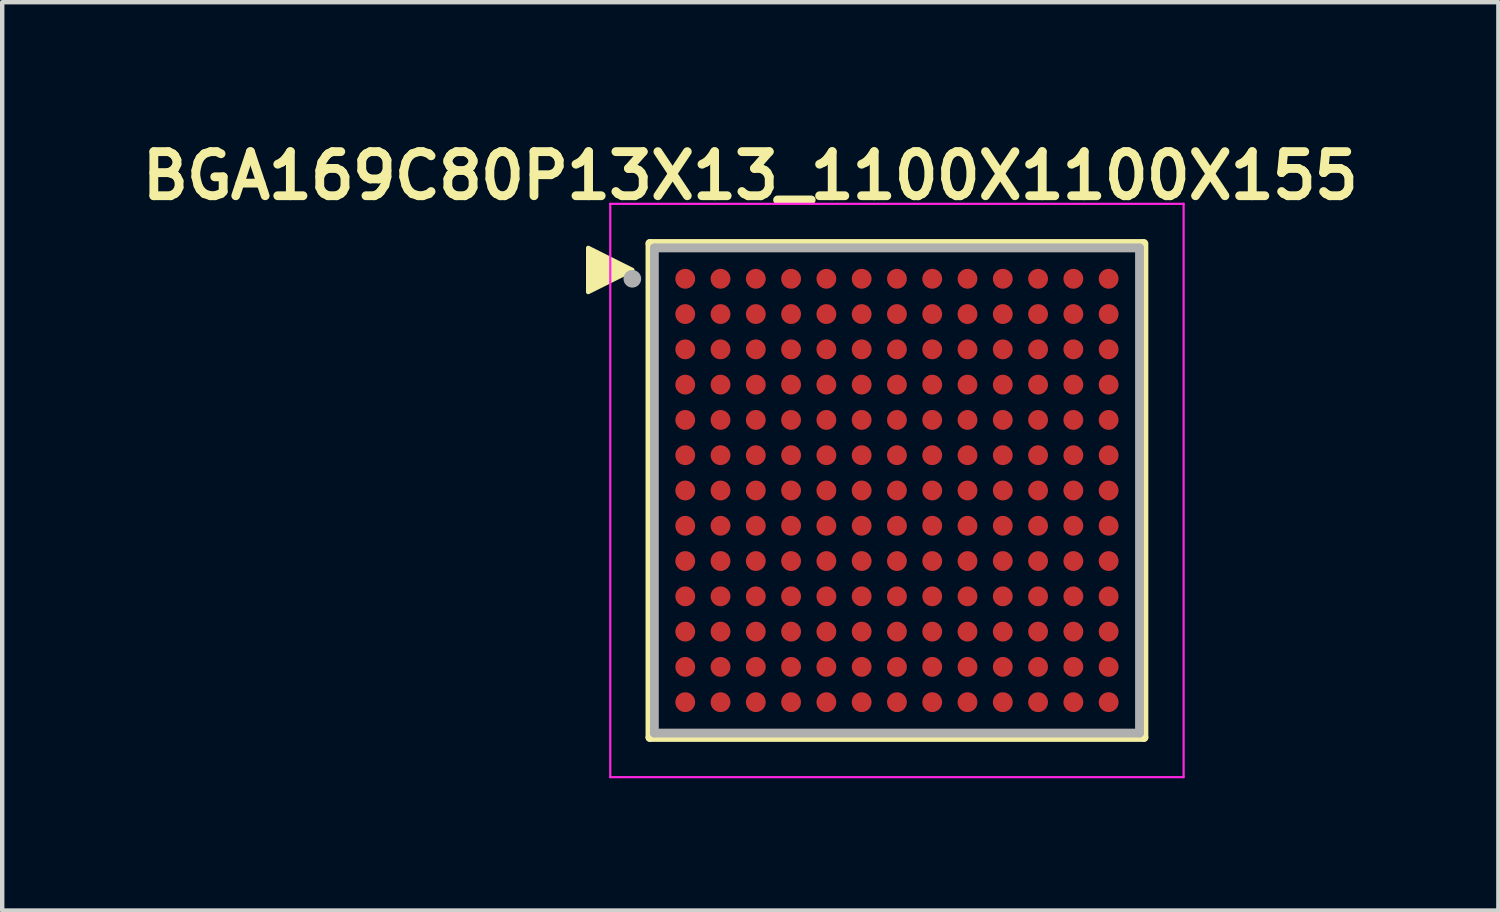
<source format=kicad_pcb>
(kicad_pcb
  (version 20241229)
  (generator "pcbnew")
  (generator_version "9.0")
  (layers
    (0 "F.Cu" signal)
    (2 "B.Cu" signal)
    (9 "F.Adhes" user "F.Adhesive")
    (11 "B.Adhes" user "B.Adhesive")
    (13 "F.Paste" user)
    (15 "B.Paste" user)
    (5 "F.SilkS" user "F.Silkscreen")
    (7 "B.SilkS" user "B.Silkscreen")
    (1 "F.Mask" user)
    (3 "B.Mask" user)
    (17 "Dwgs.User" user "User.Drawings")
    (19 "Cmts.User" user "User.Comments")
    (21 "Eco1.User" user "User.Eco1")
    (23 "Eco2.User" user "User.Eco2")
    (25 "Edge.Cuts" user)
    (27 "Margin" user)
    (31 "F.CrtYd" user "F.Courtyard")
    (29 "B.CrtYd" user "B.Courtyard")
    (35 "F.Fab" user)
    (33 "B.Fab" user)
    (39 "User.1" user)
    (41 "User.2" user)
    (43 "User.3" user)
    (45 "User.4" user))
  (footprint "BGA169C80P13X13_1100X1100X155"
    (layer "F.Cu")
    (at 17.287 8.071)
    (property "Reference" "BGA169C80P13X13_1100X1100X155" (at -3.325 -7.135 0) (layer "F.SilkS") (effects (font (size 1 1) (thickness 0.2))))
    (attr through_hole)
    (fp_line (start -5.6 -5.6) (end -5.6 5.6) (stroke (width 0.2) (type solid)) (layer "F.SilkS"))
    (fp_line (start -5.6 -5.6) (end 5.575 -5.6) (stroke (width 0.2) (type solid)) (layer "F.SilkS"))
    (fp_line (start 5.6 5.6) (end -5.6 5.6) (stroke (width 0.2) (type solid)) (layer "F.SilkS"))
    (fp_line (start 5.6 5.6) (end 5.6 -5.6) (stroke (width 0.2) (type solid)) (layer "F.SilkS"))
    (fp_poly (pts (xy -6 -5) (xy -7 -4.5) (xy -7 -5.5)) (stroke (width 0.1) (type solid)) (fill yes) (layer "F.SilkS"))
    (fp_line (start -6.5 -6.5) (end 6.5 -6.5) (stroke (width 0.05) (type solid)) (layer "F.CrtYd"))
    (fp_line (start -6.5 6.5) (end -6.5 -6.5) (stroke (width 0.05) (type solid)) (layer "F.CrtYd"))
    (fp_line (start -6.5 6.5) (end 6.5 6.5) (stroke (width 0.05) (type solid)) (layer "F.CrtYd"))
    (fp_line (start 6.5 6.5) (end 6.5 -6.5) (stroke (width 0.05) (type solid)) (layer "F.CrtYd"))
    (fp_line (start -5.5 5.5) (end -5.5 -5.5) (stroke (width 0.2) (type solid)) (layer "F.Fab"))
    (fp_line (start 5.5 -5.5) (end -5.5 -5.5) (stroke (width 0.2) (type solid)) (layer "F.Fab"))
    (fp_line (start 5.5 5.5) (end -5.5 5.5) (stroke (width 0.2) (type solid)) (layer "F.Fab"))
    (fp_line (start 5.5 5.5) (end 5.5 -5.5) (stroke (width 0.2) (type solid)) (layer "F.Fab"))
    (fp_circle (center -6 -4.8) (end -5.9 -4.8) (stroke (width 0.2) (type solid)) (fill no) (layer "F.Fab"))
    (pad "A1" smd circle (at -4.8 -4.8) (size 0.45 0.45) (layers "F.Cu" "F.Mask" "F.Paste"))
    (pad "A2" smd circle (at -4 -4.8) (size 0.45 0.45) (layers "F.Cu" "F.Mask" "F.Paste"))
    (pad "A3" smd circle (at -3.2 -4.8) (size 0.45 0.45) (layers "F.Cu" "F.Mask" "F.Paste"))
    (pad "A4" smd circle (at -2.4 -4.8) (size 0.45 0.45) (layers "F.Cu" "F.Mask" "F.Paste"))
    (pad "A5" smd circle (at -1.6 -4.8) (size 0.45 0.45) (layers "F.Cu" "F.Mask" "F.Paste"))
    (pad "A6" smd circle (at -0.8 -4.8) (size 0.45 0.45) (layers "F.Cu" "F.Mask" "F.Paste"))
    (pad "A7" smd circle (at 0 -4.8) (size 0.45 0.45) (layers "F.Cu" "F.Mask" "F.Paste"))
    (pad "A8" smd circle (at 0.8 -4.8) (size 0.45 0.45) (layers "F.Cu" "F.Mask" "F.Paste"))
    (pad "A9" smd circle (at 1.6 -4.8) (size 0.45 0.45) (layers "F.Cu" "F.Mask" "F.Paste"))
    (pad "A10" smd circle (at 2.4 -4.8) (size 0.45 0.45) (layers "F.Cu" "F.Mask" "F.Paste"))
    (pad "A11" smd circle (at 3.2 -4.8) (size 0.45 0.45) (layers "F.Cu" "F.Mask" "F.Paste"))
    (pad "A12" smd circle (at 4 -4.8) (size 0.45 0.45) (layers "F.Cu" "F.Mask" "F.Paste"))
    (pad "A13" smd circle (at 4.8 -4.8) (size 0.45 0.45) (layers "F.Cu" "F.Mask" "F.Paste"))
    (pad "B1" smd circle (at -4.8 -4) (size 0.45 0.45) (layers "F.Cu" "F.Mask" "F.Paste"))
    (pad "B2" smd circle (at -4 -4) (size 0.45 0.45) (layers "F.Cu" "F.Mask" "F.Paste"))
    (pad "B3" smd circle (at -3.2 -4) (size 0.45 0.45) (layers "F.Cu" "F.Mask" "F.Paste"))
    (pad "B4" smd circle (at -2.4 -4) (size 0.45 0.45) (layers "F.Cu" "F.Mask" "F.Paste"))
    (pad "B5" smd circle (at -1.6 -4) (size 0.45 0.45) (layers "F.Cu" "F.Mask" "F.Paste"))
    (pad "B6" smd circle (at -0.8 -4) (size 0.45 0.45) (layers "F.Cu" "F.Mask" "F.Paste"))
    (pad "B7" smd circle (at 0 -4) (size 0.45 0.45) (layers "F.Cu" "F.Mask" "F.Paste"))
    (pad "B8" smd circle (at 0.8 -4) (size 0.45 0.45) (layers "F.Cu" "F.Mask" "F.Paste"))
    (pad "B9" smd circle (at 1.6 -4) (size 0.45 0.45) (layers "F.Cu" "F.Mask" "F.Paste"))
    (pad "B10" smd circle (at 2.4 -4) (size 0.45 0.45) (layers "F.Cu" "F.Mask" "F.Paste"))
    (pad "B11" smd circle (at 3.2 -4) (size 0.45 0.45) (layers "F.Cu" "F.Mask" "F.Paste"))
    (pad "B12" smd circle (at 4 -4) (size 0.45 0.45) (layers "F.Cu" "F.Mask" "F.Paste"))
    (pad "B13" smd circle (at 4.8 -4) (size 0.45 0.45) (layers "F.Cu" "F.Mask" "F.Paste"))
    (pad "C1" smd circle (at -4.8 -3.2) (size 0.45 0.45) (layers "F.Cu" "F.Mask" "F.Paste"))
    (pad "C2" smd circle (at -4 -3.2) (size 0.45 0.45) (layers "F.Cu" "F.Mask" "F.Paste"))
    (pad "C3" smd circle (at -3.2 -3.2) (size 0.45 0.45) (layers "F.Cu" "F.Mask" "F.Paste"))
    (pad "C4" smd circle (at -2.4 -3.2) (size 0.45 0.45) (layers "F.Cu" "F.Mask" "F.Paste"))
    (pad "C5" smd circle (at -1.6 -3.2) (size 0.45 0.45) (layers "F.Cu" "F.Mask" "F.Paste"))
    (pad "C6" smd circle (at -0.8 -3.2) (size 0.45 0.45) (layers "F.Cu" "F.Mask" "F.Paste"))
    (pad "C7" smd circle (at 0 -3.2) (size 0.45 0.45) (layers "F.Cu" "F.Mask" "F.Paste"))
    (pad "C8" smd circle (at 0.8 -3.2) (size 0.45 0.45) (layers "F.Cu" "F.Mask" "F.Paste"))
    (pad "C9" smd circle (at 1.6 -3.2) (size 0.45 0.45) (layers "F.Cu" "F.Mask" "F.Paste"))
    (pad "C10" smd circle (at 2.4 -3.2) (size 0.45 0.45) (layers "F.Cu" "F.Mask" "F.Paste"))
    (pad "C11" smd circle (at 3.2 -3.2) (size 0.45 0.45) (layers "F.Cu" "F.Mask" "F.Paste"))
    (pad "C12" smd circle (at 4 -3.2) (size 0.45 0.45) (layers "F.Cu" "F.Mask" "F.Paste"))
    (pad "C13" smd circle (at 4.8 -3.2) (size 0.45 0.45) (layers "F.Cu" "F.Mask" "F.Paste"))
    (pad "D1" smd circle (at -4.8 -2.4) (size 0.45 0.45) (layers "F.Cu" "F.Mask" "F.Paste"))
    (pad "D2" smd circle (at -4 -2.4) (size 0.45 0.45) (layers "F.Cu" "F.Mask" "F.Paste"))
    (pad "D3" smd circle (at -3.2 -2.4) (size 0.45 0.45) (layers "F.Cu" "F.Mask" "F.Paste"))
    (pad "D4" smd circle (at -2.4 -2.4) (size 0.45 0.45) (layers "F.Cu" "F.Mask" "F.Paste"))
    (pad "D5" smd circle (at -1.6 -2.4) (size 0.45 0.45) (layers "F.Cu" "F.Mask" "F.Paste"))
    (pad "D6" smd circle (at -0.8 -2.4) (size 0.45 0.45) (layers "F.Cu" "F.Mask" "F.Paste"))
    (pad "D7" smd circle (at 0 -2.4) (size 0.45 0.45) (layers "F.Cu" "F.Mask" "F.Paste"))
    (pad "D8" smd circle (at 0.8 -2.4) (size 0.45 0.45) (layers "F.Cu" "F.Mask" "F.Paste"))
    (pad "D9" smd circle (at 1.6 -2.4) (size 0.45 0.45) (layers "F.Cu" "F.Mask" "F.Paste"))
    (pad "D10" smd circle (at 2.4 -2.4) (size 0.45 0.45) (layers "F.Cu" "F.Mask" "F.Paste"))
    (pad "D11" smd circle (at 3.2 -2.4) (size 0.45 0.45) (layers "F.Cu" "F.Mask" "F.Paste"))
    (pad "D12" smd circle (at 4 -2.4) (size 0.45 0.45) (layers "F.Cu" "F.Mask" "F.Paste"))
    (pad "D13" smd circle (at 4.8 -2.4) (size 0.45 0.45) (layers "F.Cu" "F.Mask" "F.Paste"))
    (pad "E1" smd circle (at -4.8 -1.6) (size 0.45 0.45) (layers "F.Cu" "F.Mask" "F.Paste"))
    (pad "E2" smd circle (at -4 -1.6) (size 0.45 0.45) (layers "F.Cu" "F.Mask" "F.Paste"))
    (pad "E3" smd circle (at -3.2 -1.6) (size 0.45 0.45) (layers "F.Cu" "F.Mask" "F.Paste"))
    (pad "E4" smd circle (at -2.4 -1.6) (size 0.45 0.45) (layers "F.Cu" "F.Mask" "F.Paste"))
    (pad "E5" smd circle (at -1.6 -1.6) (size 0.45 0.45) (layers "F.Cu" "F.Mask" "F.Paste"))
    (pad "E6" smd circle (at -0.8 -1.6) (size 0.45 0.45) (layers "F.Cu" "F.Mask" "F.Paste"))
    (pad "E7" smd circle (at 0 -1.6) (size 0.45 0.45) (layers "F.Cu" "F.Mask" "F.Paste"))
    (pad "E8" smd circle (at 0.8 -1.6) (size 0.45 0.45) (layers "F.Cu" "F.Mask" "F.Paste"))
    (pad "E9" smd circle (at 1.6 -1.6) (size 0.45 0.45) (layers "F.Cu" "F.Mask" "F.Paste"))
    (pad "E10" smd circle (at 2.4 -1.6) (size 0.45 0.45) (layers "F.Cu" "F.Mask" "F.Paste"))
    (pad "E11" smd circle (at 3.2 -1.6) (size 0.45 0.45) (layers "F.Cu" "F.Mask" "F.Paste"))
    (pad "E12" smd circle (at 4 -1.6) (size 0.45 0.45) (layers "F.Cu" "F.Mask" "F.Paste"))
    (pad "E13" smd circle (at 4.8 -1.6) (size 0.45 0.45) (layers "F.Cu" "F.Mask" "F.Paste"))
    (pad "F1" smd circle (at -4.8 -0.8) (size 0.45 0.45) (layers "F.Cu" "F.Mask" "F.Paste"))
    (pad "F2" smd circle (at -4 -0.8) (size 0.45 0.45) (layers "F.Cu" "F.Mask" "F.Paste"))
    (pad "F3" smd circle (at -3.2 -0.8) (size 0.45 0.45) (layers "F.Cu" "F.Mask" "F.Paste"))
    (pad "F4" smd circle (at -2.4 -0.8) (size 0.45 0.45) (layers "F.Cu" "F.Mask" "F.Paste"))
    (pad "F5" smd circle (at -1.6 -0.8) (size 0.45 0.45) (layers "F.Cu" "F.Mask" "F.Paste"))
    (pad "F6" smd circle (at -0.8 -0.8) (size 0.45 0.45) (layers "F.Cu" "F.Mask" "F.Paste"))
    (pad "F7" smd circle (at 0 -0.8) (size 0.45 0.45) (layers "F.Cu" "F.Mask" "F.Paste"))
    (pad "F8" smd circle (at 0.8 -0.8) (size 0.45 0.45) (layers "F.Cu" "F.Mask" "F.Paste"))
    (pad "F9" smd circle (at 1.6 -0.8) (size 0.45 0.45) (layers "F.Cu" "F.Mask" "F.Paste"))
    (pad "F10" smd circle (at 2.4 -0.8) (size 0.45 0.45) (layers "F.Cu" "F.Mask" "F.Paste"))
    (pad "F11" smd circle (at 3.2 -0.8) (size 0.45 0.45) (layers "F.Cu" "F.Mask" "F.Paste"))
    (pad "F12" smd circle (at 4 -0.8) (size 0.45 0.45) (layers "F.Cu" "F.Mask" "F.Paste"))
    (pad "F13" smd circle (at 4.8 -0.8) (size 0.45 0.45) (layers "F.Cu" "F.Mask" "F.Paste"))
    (pad "G1" smd circle (at -4.8 0) (size 0.45 0.45) (layers "F.Cu" "F.Mask" "F.Paste"))
    (pad "G2" smd circle (at -4 0) (size 0.45 0.45) (layers "F.Cu" "F.Mask" "F.Paste"))
    (pad "G3" smd circle (at -3.2 0) (size 0.45 0.45) (layers "F.Cu" "F.Mask" "F.Paste"))
    (pad "G4" smd circle (at -2.4 0) (size 0.45 0.45) (layers "F.Cu" "F.Mask" "F.Paste"))
    (pad "G5" smd circle (at -1.6 0) (size 0.45 0.45) (layers "F.Cu" "F.Mask" "F.Paste"))
    (pad "G6" smd circle (at -0.8 0) (size 0.45 0.45) (layers "F.Cu" "F.Mask" "F.Paste"))
    (pad "G7" smd circle (at 0 0) (size 0.45 0.45) (layers "F.Cu" "F.Mask" "F.Paste"))
    (pad "G8" smd circle (at 0.8 0) (size 0.45 0.45) (layers "F.Cu" "F.Mask" "F.Paste"))
    (pad "G9" smd circle (at 1.6 0) (size 0.45 0.45) (layers "F.Cu" "F.Mask" "F.Paste"))
    (pad "G10" smd circle (at 2.4 0) (size 0.45 0.45) (layers "F.Cu" "F.Mask" "F.Paste"))
    (pad "G11" smd circle (at 3.2 0) (size 0.45 0.45) (layers "F.Cu" "F.Mask" "F.Paste"))
    (pad "G12" smd circle (at 4 0) (size 0.45 0.45) (layers "F.Cu" "F.Mask" "F.Paste"))
    (pad "G13" smd circle (at 4.8 0) (size 0.45 0.45) (layers "F.Cu" "F.Mask" "F.Paste"))
    (pad "H1" smd circle (at -4.8 0.8) (size 0.45 0.45) (layers "F.Cu" "F.Mask" "F.Paste"))
    (pad "H2" smd circle (at -4 0.8) (size 0.45 0.45) (layers "F.Cu" "F.Mask" "F.Paste"))
    (pad "H3" smd circle (at -3.2 0.8) (size 0.45 0.45) (layers "F.Cu" "F.Mask" "F.Paste"))
    (pad "H4" smd circle (at -2.4 0.8) (size 0.45 0.45) (layers "F.Cu" "F.Mask" "F.Paste"))
    (pad "H5" smd circle (at -1.6 0.8) (size 0.45 0.45) (layers "F.Cu" "F.Mask" "F.Paste"))
    (pad "H6" smd circle (at -0.8 0.8) (size 0.45 0.45) (layers "F.Cu" "F.Mask" "F.Paste"))
    (pad "H7" smd circle (at 0 0.8) (size 0.45 0.45) (layers "F.Cu" "F.Mask" "F.Paste"))
    (pad "H8" smd circle (at 0.8 0.8) (size 0.45 0.45) (layers "F.Cu" "F.Mask" "F.Paste"))
    (pad "H9" smd circle (at 1.6 0.8) (size 0.45 0.45) (layers "F.Cu" "F.Mask" "F.Paste"))
    (pad "H10" smd circle (at 2.4 0.8) (size 0.45 0.45) (layers "F.Cu" "F.Mask" "F.Paste"))
    (pad "H11" smd circle (at 3.2 0.8) (size 0.45 0.45) (layers "F.Cu" "F.Mask" "F.Paste"))
    (pad "H12" smd circle (at 4 0.8) (size 0.45 0.45) (layers "F.Cu" "F.Mask" "F.Paste"))
    (pad "H13" smd circle (at 4.8 0.8) (size 0.45 0.45) (layers "F.Cu" "F.Mask" "F.Paste"))
    (pad "J1" smd circle (at -4.8 1.6) (size 0.45 0.45) (layers "F.Cu" "F.Mask" "F.Paste"))
    (pad "J2" smd circle (at -4 1.6) (size 0.45 0.45) (layers "F.Cu" "F.Mask" "F.Paste"))
    (pad "J3" smd circle (at -3.2 1.6) (size 0.45 0.45) (layers "F.Cu" "F.Mask" "F.Paste"))
    (pad "J4" smd circle (at -2.4 1.6) (size 0.45 0.45) (layers "F.Cu" "F.Mask" "F.Paste"))
    (pad "J5" smd circle (at -1.6 1.6) (size 0.45 0.45) (layers "F.Cu" "F.Mask" "F.Paste"))
    (pad "J6" smd circle (at -0.8 1.6) (size 0.45 0.45) (layers "F.Cu" "F.Mask" "F.Paste"))
    (pad "J7" smd circle (at 0 1.6) (size 0.45 0.45) (layers "F.Cu" "F.Mask" "F.Paste"))
    (pad "J8" smd circle (at 0.8 1.6) (size 0.45 0.45) (layers "F.Cu" "F.Mask" "F.Paste"))
    (pad "J9" smd circle (at 1.6 1.6) (size 0.45 0.45) (layers "F.Cu" "F.Mask" "F.Paste"))
    (pad "J10" smd circle (at 2.4 1.6) (size 0.45 0.45) (layers "F.Cu" "F.Mask" "F.Paste"))
    (pad "J11" smd circle (at 3.2 1.6) (size 0.45 0.45) (layers "F.Cu" "F.Mask" "F.Paste"))
    (pad "J12" smd circle (at 4 1.6) (size 0.45 0.45) (layers "F.Cu" "F.Mask" "F.Paste"))
    (pad "J13" smd circle (at 4.8 1.6) (size 0.45 0.45) (layers "F.Cu" "F.Mask" "F.Paste"))
    (pad "K1" smd circle (at -4.8 2.4) (size 0.45 0.45) (layers "F.Cu" "F.Mask" "F.Paste"))
    (pad "K2" smd circle (at -4 2.4) (size 0.45 0.45) (layers "F.Cu" "F.Mask" "F.Paste"))
    (pad "K3" smd circle (at -3.2 2.4) (size 0.45 0.45) (layers "F.Cu" "F.Mask" "F.Paste"))
    (pad "K4" smd circle (at -2.4 2.4) (size 0.45 0.45) (layers "F.Cu" "F.Mask" "F.Paste"))
    (pad "K5" smd circle (at -1.6 2.4) (size 0.45 0.45) (layers "F.Cu" "F.Mask" "F.Paste"))
    (pad "K6" smd circle (at -0.8 2.4) (size 0.45 0.45) (layers "F.Cu" "F.Mask" "F.Paste"))
    (pad "K7" smd circle (at 0 2.4) (size 0.45 0.45) (layers "F.Cu" "F.Mask" "F.Paste"))
    (pad "K8" smd circle (at 0.8 2.4) (size 0.45 0.45) (layers "F.Cu" "F.Mask" "F.Paste"))
    (pad "K9" smd circle (at 1.6 2.4) (size 0.45 0.45) (layers "F.Cu" "F.Mask" "F.Paste"))
    (pad "K10" smd circle (at 2.4 2.4) (size 0.45 0.45) (layers "F.Cu" "F.Mask" "F.Paste"))
    (pad "K11" smd circle (at 3.2 2.4) (size 0.45 0.45) (layers "F.Cu" "F.Mask" "F.Paste"))
    (pad "K12" smd circle (at 4 2.4) (size 0.45 0.45) (layers "F.Cu" "F.Mask" "F.Paste"))
    (pad "K13" smd circle (at 4.8 2.4) (size 0.45 0.45) (layers "F.Cu" "F.Mask" "F.Paste"))
    (pad "L1" smd circle (at -4.8 3.2) (size 0.45 0.45) (layers "F.Cu" "F.Mask" "F.Paste"))
    (pad "L2" smd circle (at -4 3.2) (size 0.45 0.45) (layers "F.Cu" "F.Mask" "F.Paste"))
    (pad "L3" smd circle (at -3.2 3.2) (size 0.45 0.45) (layers "F.Cu" "F.Mask" "F.Paste"))
    (pad "L4" smd circle (at -2.4 3.2) (size 0.45 0.45) (layers "F.Cu" "F.Mask" "F.Paste"))
    (pad "L5" smd circle (at -1.6 3.2) (size 0.45 0.45) (layers "F.Cu" "F.Mask" "F.Paste"))
    (pad "L6" smd circle (at -0.8 3.2) (size 0.45 0.45) (layers "F.Cu" "F.Mask" "F.Paste"))
    (pad "L7" smd circle (at 0 3.2) (size 0.45 0.45) (layers "F.Cu" "F.Mask" "F.Paste"))
    (pad "L8" smd circle (at 0.8 3.2) (size 0.45 0.45) (layers "F.Cu" "F.Mask" "F.Paste"))
    (pad "L9" smd circle (at 1.6 3.2) (size 0.45 0.45) (layers "F.Cu" "F.Mask" "F.Paste"))
    (pad "L10" smd circle (at 2.4 3.2) (size 0.45 0.45) (layers "F.Cu" "F.Mask" "F.Paste"))
    (pad "L11" smd circle (at 3.2 3.2) (size 0.45 0.45) (layers "F.Cu" "F.Mask" "F.Paste"))
    (pad "L12" smd circle (at 4 3.2) (size 0.45 0.45) (layers "F.Cu" "F.Mask" "F.Paste"))
    (pad "L13" smd circle (at 4.8 3.2) (size 0.45 0.45) (layers "F.Cu" "F.Mask" "F.Paste"))
    (pad "M1" smd circle (at -4.8 4) (size 0.45 0.45) (layers "F.Cu" "F.Mask" "F.Paste"))
    (pad "M2" smd circle (at -4 4) (size 0.45 0.45) (layers "F.Cu" "F.Mask" "F.Paste"))
    (pad "M3" smd circle (at -3.2 4) (size 0.45 0.45) (layers "F.Cu" "F.Mask" "F.Paste"))
    (pad "M4" smd circle (at -2.4 4) (size 0.45 0.45) (layers "F.Cu" "F.Mask" "F.Paste"))
    (pad "M5" smd circle (at -1.6 4) (size 0.45 0.45) (layers "F.Cu" "F.Mask" "F.Paste"))
    (pad "M6" smd circle (at -0.8 4) (size 0.45 0.45) (layers "F.Cu" "F.Mask" "F.Paste"))
    (pad "M7" smd circle (at 0 4) (size 0.45 0.45) (layers "F.Cu" "F.Mask" "F.Paste"))
    (pad "M8" smd circle (at 0.8 4) (size 0.45 0.45) (layers "F.Cu" "F.Mask" "F.Paste"))
    (pad "M9" smd circle (at 1.6 4) (size 0.45 0.45) (layers "F.Cu" "F.Mask" "F.Paste"))
    (pad "M10" smd circle (at 2.4 4) (size 0.45 0.45) (layers "F.Cu" "F.Mask" "F.Paste"))
    (pad "M11" smd circle (at 3.2 4) (size 0.45 0.45) (layers "F.Cu" "F.Mask" "F.Paste"))
    (pad "M12" smd circle (at 4 4) (size 0.45 0.45) (layers "F.Cu" "F.Mask" "F.Paste"))
    (pad "M13" smd circle (at 4.8 4) (size 0.45 0.45) (layers "F.Cu" "F.Mask" "F.Paste"))
    (pad "N1" smd circle (at -4.8 4.8) (size 0.45 0.45) (layers "F.Cu" "F.Mask" "F.Paste"))
    (pad "N2" smd circle (at -4 4.8) (size 0.45 0.45) (layers "F.Cu" "F.Mask" "F.Paste"))
    (pad "N3" smd circle (at -3.2 4.8) (size 0.45 0.45) (layers "F.Cu" "F.Mask" "F.Paste"))
    (pad "N4" smd circle (at -2.4 4.8) (size 0.45 0.45) (layers "F.Cu" "F.Mask" "F.Paste"))
    (pad "N5" smd circle (at -1.6 4.8) (size 0.45 0.45) (layers "F.Cu" "F.Mask" "F.Paste"))
    (pad "N6" smd circle (at -0.8 4.8) (size 0.45 0.45) (layers "F.Cu" "F.Mask" "F.Paste"))
    (pad "N7" smd circle (at 0 4.8) (size 0.45 0.45) (layers "F.Cu" "F.Mask" "F.Paste"))
    (pad "N8" smd circle (at 0.8 4.8) (size 0.45 0.45) (layers "F.Cu" "F.Mask" "F.Paste"))
    (pad "N9" smd circle (at 1.6 4.8) (size 0.45 0.45) (layers "F.Cu" "F.Mask" "F.Paste"))
    (pad "N10" smd circle (at 2.4 4.8) (size 0.45 0.45) (layers "F.Cu" "F.Mask" "F.Paste"))
    (pad "N11" smd circle (at 3.2 4.8) (size 0.45 0.45) (layers "F.Cu" "F.Mask" "F.Paste"))
    (pad "N12" smd circle (at 4 4.8) (size 0.45 0.45) (layers "F.Cu" "F.Mask" "F.Paste"))
    (pad "N13" smd circle (at 4.8 4.8) (size 0.45 0.45) (layers "F.Cu" "F.Mask" "F.Paste")))
  (gr_rect
    (start -3 -3)
    (end 30.924 17.596)
    (stroke (width 0.1) (type default))
    (fill no)
    (layer "Edge.Cuts")))
</source>
